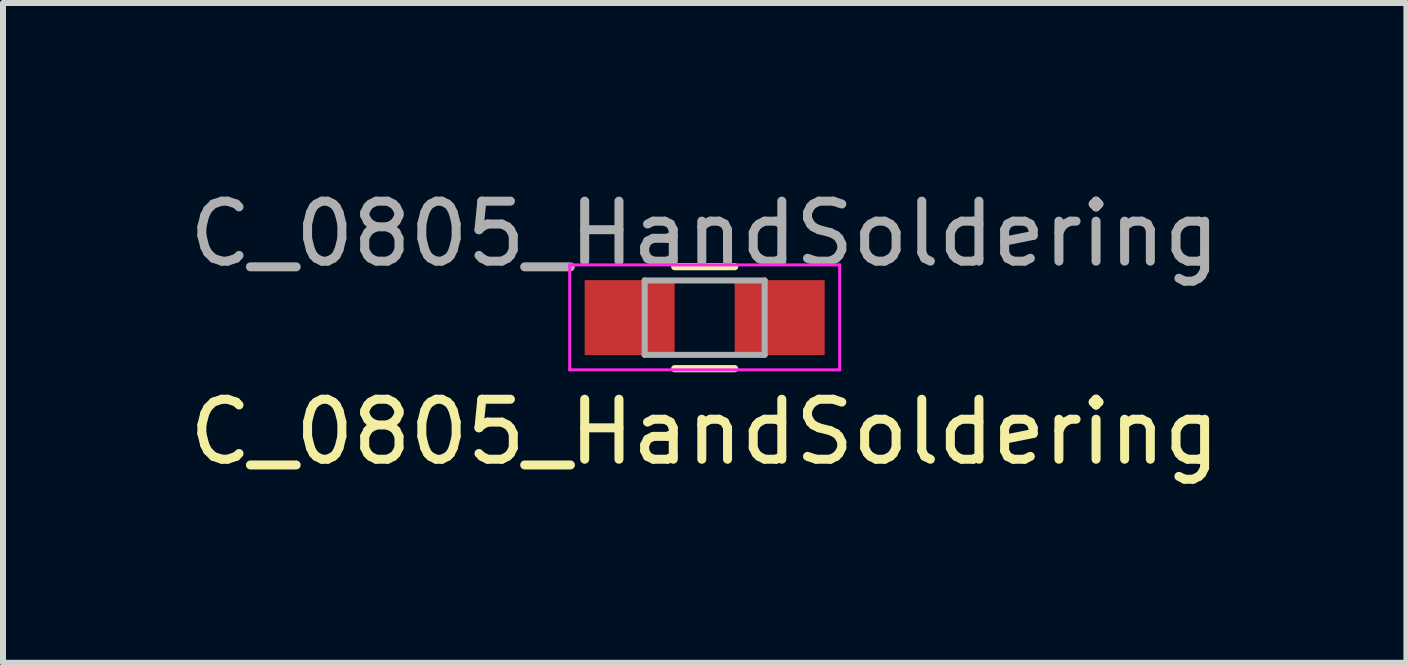
<source format=kicad_pcb>
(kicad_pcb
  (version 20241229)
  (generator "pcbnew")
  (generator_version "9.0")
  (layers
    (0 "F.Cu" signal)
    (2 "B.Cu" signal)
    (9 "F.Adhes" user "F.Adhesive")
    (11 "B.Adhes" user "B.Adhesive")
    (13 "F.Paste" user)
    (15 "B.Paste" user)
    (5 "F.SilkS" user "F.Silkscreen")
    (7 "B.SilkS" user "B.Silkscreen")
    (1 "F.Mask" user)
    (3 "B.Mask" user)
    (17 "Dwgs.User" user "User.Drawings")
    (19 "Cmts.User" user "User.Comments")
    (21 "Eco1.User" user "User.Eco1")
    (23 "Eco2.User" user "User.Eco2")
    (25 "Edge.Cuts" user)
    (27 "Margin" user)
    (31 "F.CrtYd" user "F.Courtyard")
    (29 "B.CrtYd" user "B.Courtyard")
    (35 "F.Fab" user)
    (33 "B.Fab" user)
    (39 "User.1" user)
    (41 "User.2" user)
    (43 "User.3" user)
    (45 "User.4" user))
  (footprint "C_0805_HandSoldering"
    (layer "F.Cu")
    (at 8.696 2.245)
    (property "Reference" "C_0805_HandSoldering" (at 0 1.905 0) (layer "F.SilkS") (effects (font (size 1 1) (thickness 0.15))))
    (attr smd)
    (fp_line (start -0.5 0.85) (end 0.5 0.85) (stroke (width 0.12) (type solid)) (layer "F.SilkS"))
    (fp_line (start 0.5 -0.85) (end -0.5 -0.85) (stroke (width 0.12) (type solid)) (layer "F.SilkS"))
    (fp_line (start -2.25 -0.88) (end -2.25 0.87) (stroke (width 0.05) (type solid)) (layer "F.CrtYd"))
    (fp_line (start -2.25 -0.88) (end 2.25 -0.88) (stroke (width 0.05) (type solid)) (layer "F.CrtYd"))
    (fp_line (start 2.25 0.87) (end -2.25 0.87) (stroke (width 0.05) (type solid)) (layer "F.CrtYd"))
    (fp_line (start 2.25 0.87) (end 2.25 -0.88) (stroke (width 0.05) (type solid)) (layer "F.CrtYd"))
    (fp_line (start -1 -0.62) (end 1 -0.62) (stroke (width 0.1) (type solid)) (layer "F.Fab"))
    (fp_line (start -1 0.62) (end -1 -0.62) (stroke (width 0.1) (type solid)) (layer "F.Fab"))
    (fp_line (start 1 -0.62) (end 1 0.62) (stroke (width 0.1) (type solid)) (layer "F.Fab"))
    (fp_line (start 1 0.62) (end -1 0.62) (stroke (width 0.1) (type solid)) (layer "F.Fab"))
    (fp_text user "${REFERENCE}" (at 0 -1.397 0) (layer "F.Fab") (effects (font (size 1 1) (thickness 0.15))))
    (pad "1" smd rect (at -1.25 0) (size 1.5 1.25) (layers "F.Cu" "F.Mask" "F.Paste"))
    (pad "2" smd rect (at 1.25 0) (size 1.5 1.25) (layers "F.Cu" "F.Mask" "F.Paste")))
  (gr_rect
    (start -3 -3)
    (end 20.393 7.998)
    (stroke (width 0.1) (type default))
    (fill no)
    (layer "Edge.Cuts")))
</source>
